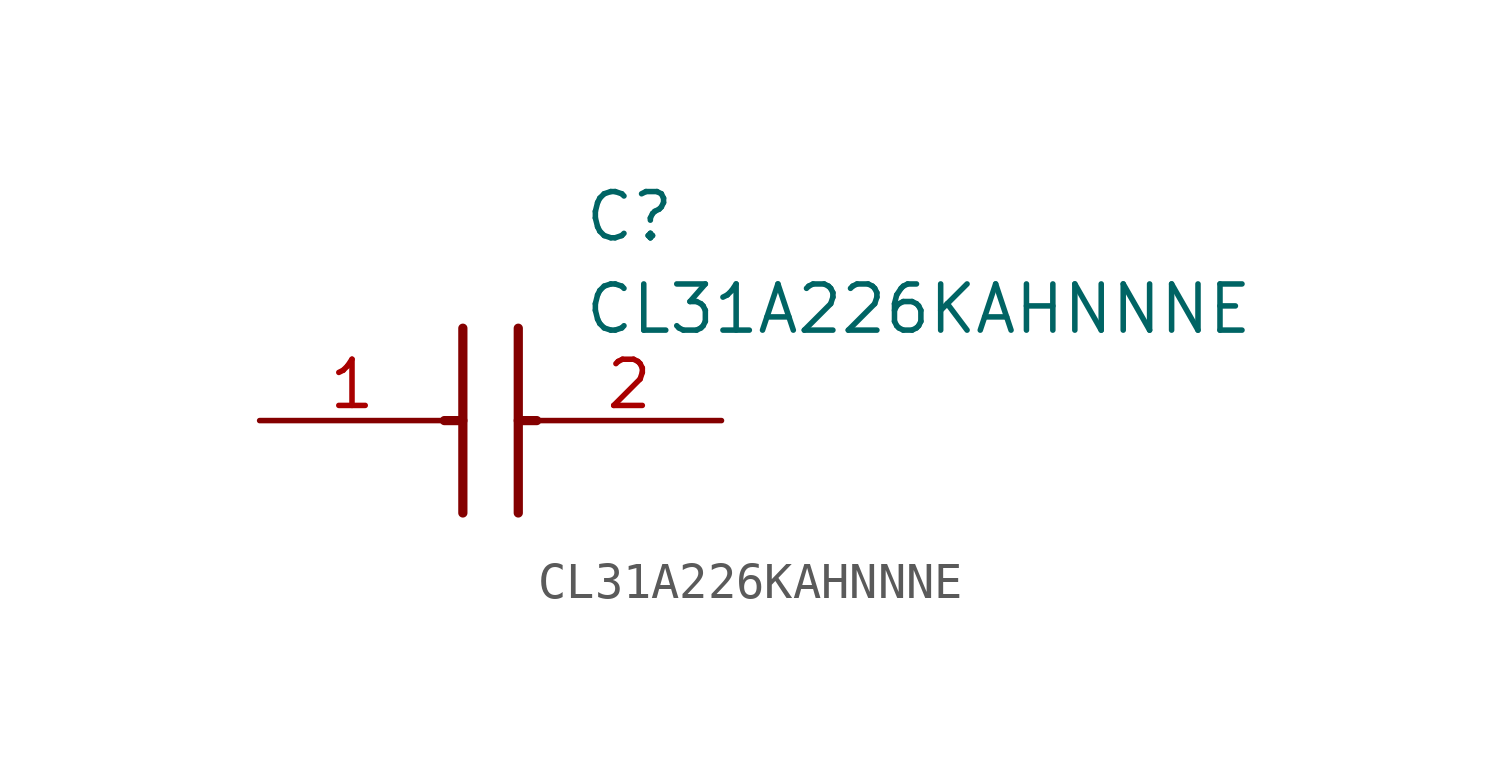
<source format=kicad_sym>
(kicad_symbol_lib
  (version 20211014)
  (generator SamacSys_ECAD_Model)
  (symbol "CL31A226KAHNNNE"
    (pin_names hide)
    (property "Reference" "C"
      (at 8.89 6.35 0)
      (effects (font (size 1.27 1.27)) (justify left top)))
    (property "Value" "CL31A226KAHNNNE"
      (at 8.89 3.81 0)
      (effects (font (size 1.27 1.27)) (justify left top)))
    (polyline
      (pts (xy 5.588 2.54) (xy 5.588 -2.54))
      (stroke (width 0.254) (type default))
      (fill (type none)))
    (polyline
      (pts (xy 7.112 2.54) (xy 7.112 -2.54))
      (stroke (width 0.254) (type default))
      (fill (type none)))
    (polyline
      (pts (xy 5.08 0) (xy 5.588 0))
      (stroke (width 0.254) (type default))
      (fill (type none)))
    (polyline
      (pts (xy 7.112 0) (xy 7.62 0))
      (stroke (width 0.254) (type default))
      (fill (type none)))
    (pin passive line
      (at 0 0 0)
      (length 5.08)
      (name "1" (effects (font (size 1.27 1.27))))
      (number "1" (effects (font (size 1.27 1.27)))))
    (pin passive line
      (at 12.7 0 180)
      (length 5.08)
      (name "2" (effects (font (size 1.27 1.27))))
      (number "2" (effects (font (size 1.27 1.27)))))))
</source>
